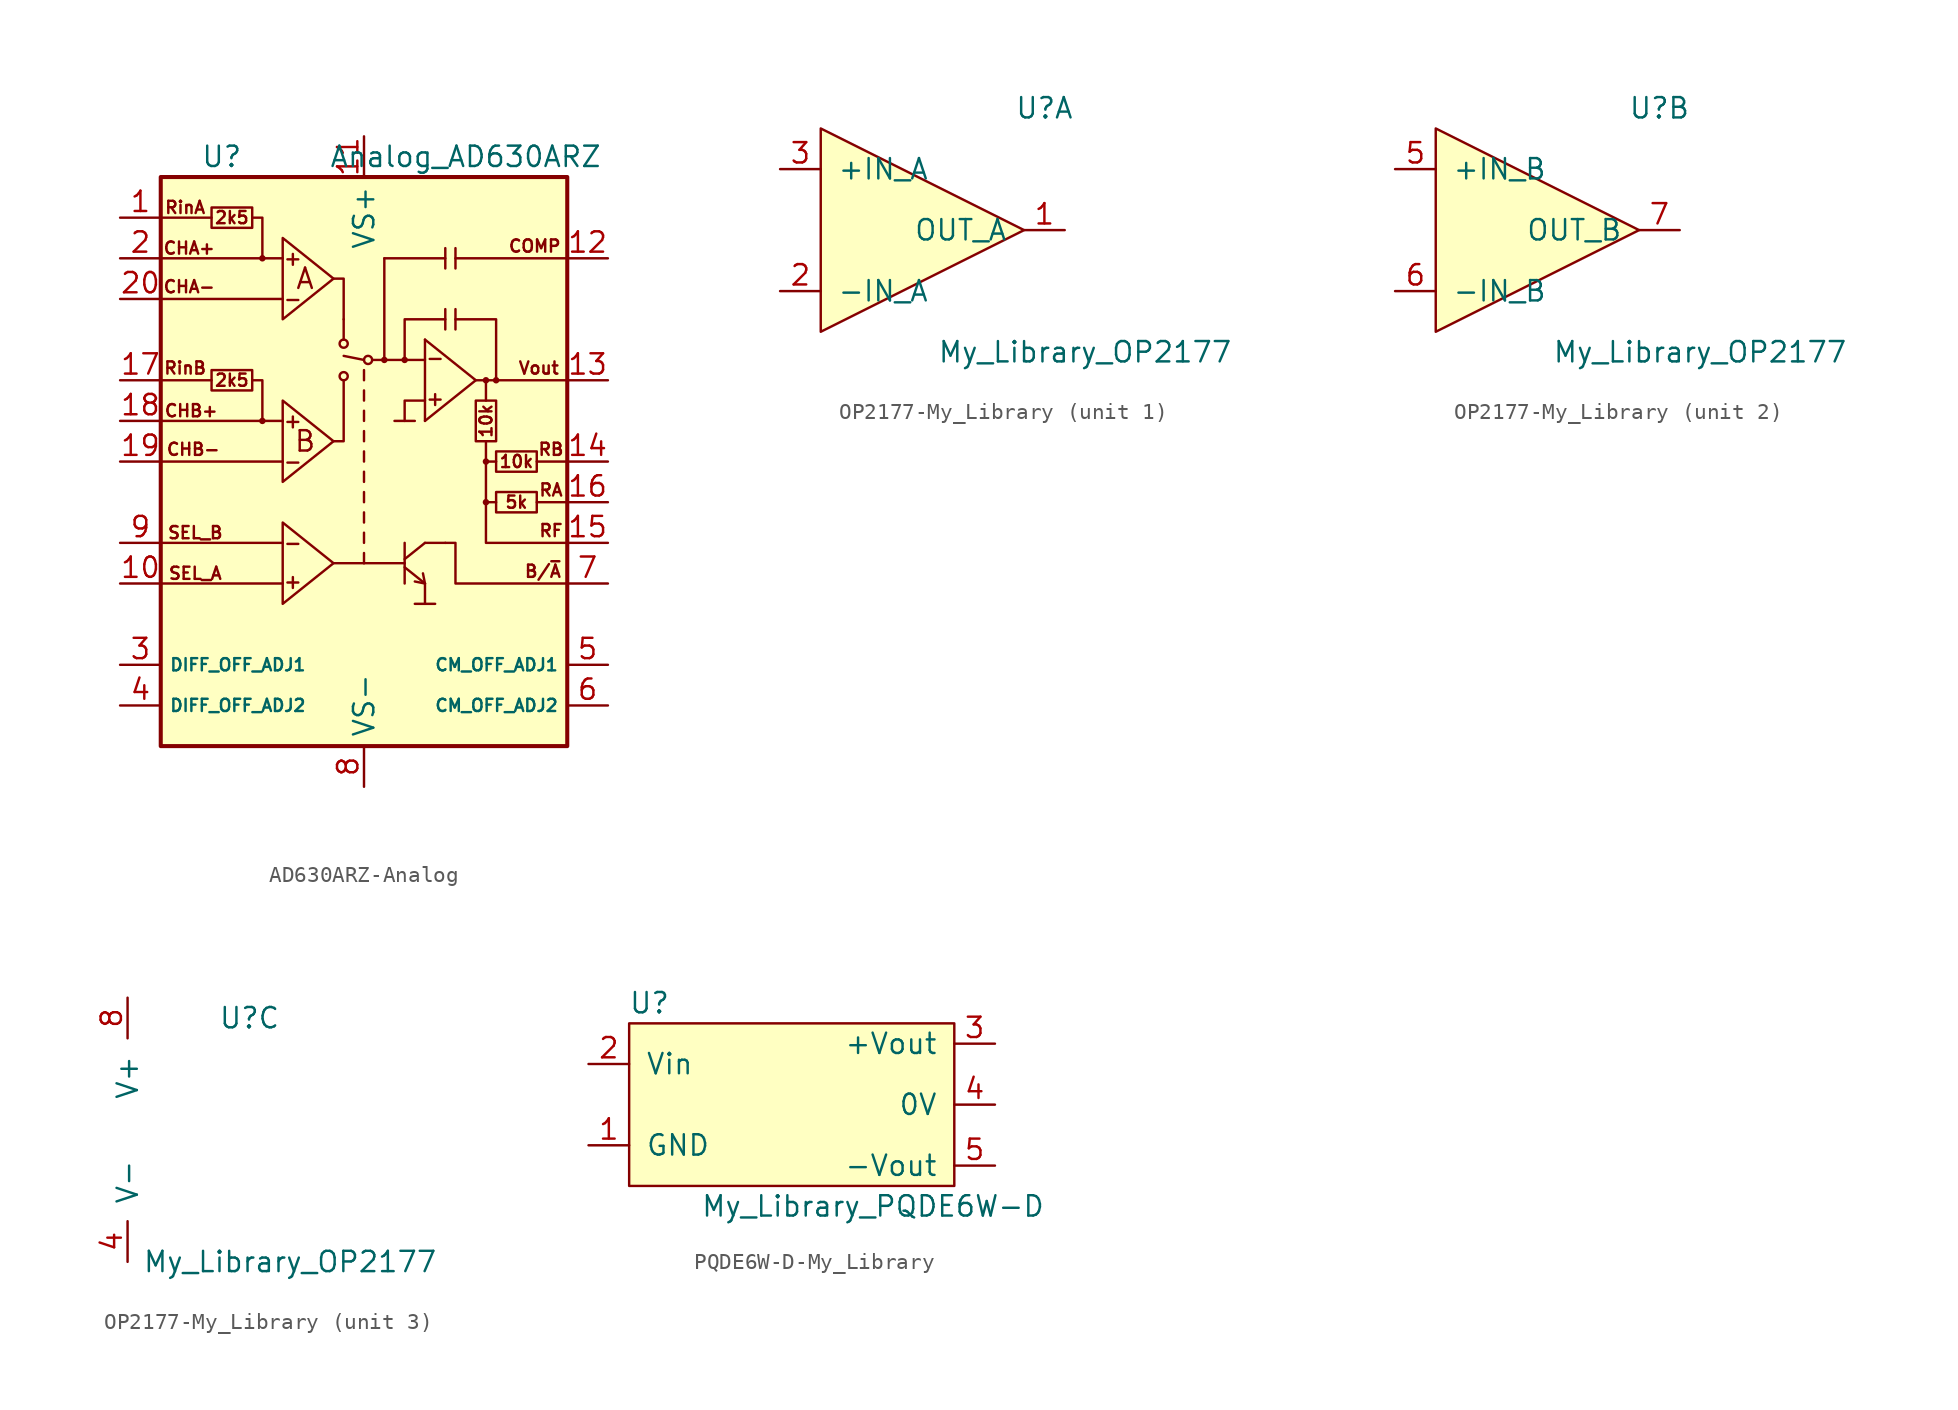
<source format=kicad_sym>
(kicad_symbol_lib
  (version 20241209)
  (generator "kicad_symbol_editor")
  (generator_version "9.0")
  (symbol "AD630ARZ-Analog"
    (property "Reference" "U"
      (at -8.89 19.05 0)
      (effects (font (size 1.27 1.27))))
    (property "Value" "Analog_AD630ARZ"
      (at 6.35 19.05 0)
      (effects (font (size 1.27 1.27))))
    (symbol "AD630ARZ-Analog_0_0"
      (text "RinA" (at -11.176 15.875 0) (effects (font (size 0.762 0.762))))
      (text "RinB" (at -11.176 5.842 0) (effects (font (size 0.762 0.762))))
      (text "CHA+" (at -10.922 13.335 0) (effects (font (size 0.762 0.762))))
      (text "CHA-" (at -10.922 10.922 0) (effects (font (size 0.762 0.762))))
      (text "CHB+" (at -10.795 3.175 0) (effects (font (size 0.762 0.762))))
      (text "CHB-" (at -10.668 0.762 0) (effects (font (size 0.762 0.762))))
      (text "SEL_B" (at -10.541 -4.445 0) (effects (font (size 0.762 0.762))))
      (text "SEL_A" (at -10.541 -6.985 0) (effects (font (size 0.762 0.762))))
      (text "2k5" (at -8.255 15.24 0) (effects (font (size 0.762 0.762))))
      (text "2k5" (at -8.255 5.08 0) (effects (font (size 0.762 0.762))))
      (text "+" (at -4.445 12.7 0) (effects (font (size 0.889 0.889))))
      (text "-" (at -4.445 10.16 0) (effects (font (size 0.889 0.889))))
      (text "+" (at -4.445 2.54 0) (effects (font (size 0.889 0.889))))
      (text "-" (at -4.445 0 0) (effects (font (size 0.889 0.889))))
      (text "-" (at -4.445 -5.08 0) (effects (font (size 0.889 0.889))))
      (text "+" (at -4.445 -7.493 0) (effects (font (size 0.889 0.889))))
      (text "A" (at -3.683 11.43 0) (effects (font (size 1.27 1.27))))
      (text "B" (at -3.683 1.27 0) (effects (font (size 1.27 1.27))))
      (text "-" (at 4.445 6.477 0) (effects (font (size 0.889 0.889))))
      (text "+" (at 4.445 3.937 0) (effects (font (size 0.889 0.889))))
      (text "10k" (at 7.62 2.54 900) (effects (font (size 0.762 0.762))))
      (text "10k" (at 9.525 0 0) (effects (font (size 0.762 0.762))))
      (text "5k" (at 9.525 -2.54 0) (effects (font (size 0.762 0.762))))
      (text "COMP" (at 10.668 13.462 0) (effects (font (size 0.762 0.762))))
      (text "Vout" (at 10.922 5.842 0) (effects (font (size 0.762 0.762))))
      (text "B/~{A}" (at 11.176 -6.858 0) (effects (font (size 0.762 0.762))))
      (text "RB" (at 11.684 0.762 0) (effects (font (size 0.762 0.762))))
      (text "RA" (at 11.684 -1.778 0) (effects (font (size 0.762 0.762))))
      (text "RF" (at 11.684 -4.318 0) (effects (font (size 0.762 0.762)))))
    (symbol "AD630ARZ-Analog_0_1"
      (rectangle (start -12.7 17.78) (end 12.7 -17.78) (stroke (width 0.254) (type solid)) (fill (type background)))
      (polyline (pts (xy -12.7 15.24) (xy -9.525 15.24)) (stroke (width 0) (type solid)) (fill (type none)))
      (polyline (pts (xy -12.7 10.16) (xy -5.08 10.16)) (stroke (width 0) (type solid)) (fill (type none)))
      (polyline (pts (xy -12.7 5.08) (xy -9.525 5.08)) (stroke (width 0) (type solid)) (fill (type none)))
      (polyline (pts (xy -12.7 0) (xy -5.08 0)) (stroke (width 0) (type solid)) (fill (type none)))
      (polyline (pts (xy -12.7 -5.08) (xy -5.08 -5.08)) (stroke (width 0) (type solid)) (fill (type none)))
      (polyline (pts (xy -12.7 -7.62) (xy -5.08 -7.62)) (stroke (width 0) (type solid)) (fill (type none)))
      (polyline (pts (xy -9.525 15.875) (xy -9.525 14.605) (xy -6.985 14.605) (xy -6.985 15.875) (xy -9.525 15.875)) (stroke (width 0) (type solid)) (fill (type none)))
      (polyline (pts (xy -9.525 5.715) (xy -9.525 4.445) (xy -6.985 4.445) (xy -6.985 5.715) (xy -9.525 5.715)) (stroke (width 0) (type solid)) (fill (type none)))
      (polyline (pts (xy -6.985 15.24) (xy -6.35 15.24) (xy -6.35 12.7) (xy -12.7 12.7)) (stroke (width 0) (type solid)) (fill (type none)))
      (polyline (pts (xy -6.985 5.08) (xy -6.35 5.08) (xy -6.35 2.54) (xy -12.7 2.54)) (stroke (width 0) (type solid)) (fill (type none)))
      (circle (center -6.35 12.7) (radius 0.127) (stroke (width 0) (type solid)) (fill (type none)))
      (polyline (pts (xy -6.35 12.7) (xy -5.08 12.7)) (stroke (width 0) (type solid)) (fill (type none)))
      (circle (center -6.35 2.54) (radius 0.127) (stroke (width 0) (type solid)) (fill (type none)))
      (polyline (pts (xy -6.35 2.54) (xy -5.715 2.54) (xy -5.08 2.54)) (stroke (width 0) (type solid)) (fill (type none)))
      (polyline (pts (xy -5.08 13.97) (xy -5.08 8.89) (xy -1.905 11.43) (xy -5.08 13.97)) (stroke (width 0) (type solid)) (fill (type none)))
      (polyline (pts (xy -5.08 3.81) (xy -5.08 -1.27) (xy -1.905 1.27) (xy -5.08 3.81)) (stroke (width 0) (type solid)) (fill (type none)))
      (polyline (pts (xy -5.08 -3.81) (xy -5.08 -8.89) (xy -1.905 -6.35) (xy -5.08 -3.81)) (stroke (width 0) (type solid)) (fill (type none)))
      (polyline (pts (xy -1.905 11.43) (xy -1.27 11.43) (xy -1.27 8.89)) (stroke (width 0) (type solid)) (fill (type none)))
      (polyline (pts (xy -1.905 1.27) (xy -1.27 1.27) (xy -1.27 5.08)) (stroke (width 0) (type solid)) (fill (type none)))
      (polyline (pts (xy -1.905 -6.35) (xy 0 -6.35)) (stroke (width 0) (type solid)) (fill (type none)))
      (polyline (pts (xy -1.27 8.89) (xy -1.27 7.62)) (stroke (width 0) (type solid)) (fill (type none)))
      (circle (center -1.27 7.366) (radius 0.254) (stroke (width 0) (type solid)) (fill (type none)))
      (circle (center -1.27 5.334) (radius 0.254) (stroke (width 0) (type solid)) (fill (type none)))
      (polyline (pts (xy 0 6.35) (xy -1.27 6.604)) (stroke (width 0) (type solid)) (fill (type none)))
      (polyline (pts (xy 0 5.715) (xy 0 5.08)) (stroke (width 0) (type solid)) (fill (type none)))
      (polyline (pts (xy 0 4.445) (xy 0 3.81)) (stroke (width 0) (type solid)) (fill (type none)))
      (polyline (pts (xy 0 3.175) (xy 0 2.54)) (stroke (width 0) (type solid)) (fill (type none)))
      (polyline (pts (xy 0 1.905) (xy 0 1.27)) (stroke (width 0) (type solid)) (fill (type none)))
      (polyline (pts (xy 0 0.635) (xy 0 0)) (stroke (width 0) (type solid)) (fill (type none)))
      (polyline (pts (xy 0 -0.635) (xy 0 -1.27)) (stroke (width 0) (type solid)) (fill (type none)))
      (polyline (pts (xy 0 -1.905) (xy 0 -2.54)) (stroke (width 0) (type solid)) (fill (type none)))
      (polyline (pts (xy 0 -3.175) (xy 0 -3.81)) (stroke (width 0) (type solid)) (fill (type none)))
      (polyline (pts (xy 0 -4.445) (xy 0 -5.08)) (stroke (width 0) (type solid)) (fill (type none)))
      (polyline (pts (xy 0 -5.715) (xy 0 -6.35)) (stroke (width 0) (type solid)) (fill (type none)))
      (polyline (pts (xy 0 -6.35) (xy 2.54 -6.35)) (stroke (width 0) (type solid)) (fill (type none)))
      (circle (center 0.254 6.35) (radius 0.254) (stroke (width 0) (type solid)) (fill (type none)))
      (polyline (pts (xy 1.27 12.7) (xy 5.08 12.7) (xy 5.08 13.335)) (stroke (width 0) (type solid)) (fill (type none)))
      (polyline (pts (xy 1.27 6.35) (xy 0.508 6.35)) (stroke (width 0) (type solid)) (fill (type none)))
      (polyline (pts (xy 1.27 6.35) (xy 1.27 12.7)) (stroke (width 0) (type solid)) (fill (type none)))
      (polyline (pts (xy 1.27 6.35) (xy 3.81 6.35)) (stroke (width 0) (type solid)) (fill (type none)))
      (circle (center 1.27 6.35) (radius 0.127) (stroke (width 0) (type solid)) (fill (type none)))
      (polyline (pts (xy 1.905 2.54) (xy 3.175 2.54)) (stroke (width 0) (type solid)) (fill (type none)))
      (polyline (pts (xy 2.54 6.35) (xy 2.54 8.89) (xy 5.08 8.89)) (stroke (width 0) (type solid)) (fill (type none)))
      (circle (center 2.54 6.35) (radius 0.127) (stroke (width 0) (type solid)) (fill (type none)))
      (polyline (pts (xy 2.54 -5.08) (xy 2.54 -7.62)) (stroke (width 0) (type solid)) (fill (type none)))
      (polyline (pts (xy 2.54 -6.096) (xy 3.81 -5.08)) (stroke (width 0) (type solid)) (fill (type none)))
      (polyline (pts (xy 2.54 -6.604) (xy 3.81 -7.62)) (stroke (width 0) (type solid)) (fill (type none)))
      (polyline (pts (xy 3.683 -6.985) (xy 3.81 -7.62) (xy 3.175 -7.493)) (stroke (width 0) (type solid)) (fill (type none)))
      (polyline (pts (xy 3.81 7.62) (xy 3.81 2.54)) (stroke (width 0) (type solid)) (fill (type none)))
      (polyline (pts (xy 3.81 7.62) (xy 6.985 5.08) (xy 3.81 2.54)) (stroke (width 0) (type solid)) (fill (type none)))
      (polyline (pts (xy 3.81 3.81) (xy 2.54 3.81) (xy 2.54 2.54)) (stroke (width 0) (type solid)) (fill (type none)))
      (polyline (pts (xy 3.81 -5.08) (xy 5.08 -5.08)) (stroke (width 0) (type solid)) (fill (type none)))
      (polyline (pts (xy 3.81 -7.62) (xy 3.81 -8.89) (xy 3.175 -8.89)) (stroke (width 0) (type solid)) (fill (type none)))
      (polyline (pts (xy 3.81 -8.89) (xy 4.445 -8.89)) (stroke (width 0) (type solid)) (fill (type none)))
      (polyline (pts (xy 5.08 12.065) (xy 5.08 12.7)) (stroke (width 0) (type solid)) (fill (type none)))
      (polyline (pts (xy 5.08 9.525) (xy 5.08 8.255)) (stroke (width 0) (type solid)) (fill (type none)))
      (polyline (pts (xy 5.08 -5.08) (xy 5.715 -5.08) (xy 5.715 -7.62) (xy 12.7 -7.62)) (stroke (width 0) (type solid)) (fill (type none)))
      (polyline (pts (xy 5.715 13.335) (xy 5.715 12.065)) (stroke (width 0) (type solid)) (fill (type none)))
      (polyline (pts (xy 5.715 12.7) (xy 12.7 12.7)) (stroke (width 0) (type solid)) (fill (type none)))
      (polyline (pts (xy 5.715 9.525) (xy 5.715 8.255)) (stroke (width 0) (type solid)) (fill (type none)))
      (polyline (pts (xy 5.715 8.89) (xy 8.255 8.89) (xy 8.255 5.08)) (stroke (width 0) (type solid)) (fill (type none)))
      (polyline (pts (xy 6.985 3.81) (xy 8.255 3.81) (xy 8.255 1.27) (xy 6.985 1.27) (xy 6.985 3.81)) (stroke (width 0) (type solid)) (fill (type none)))
      (polyline (pts (xy 7.62 5.08) (xy 12.7 5.08)) (stroke (width 0) (type solid)) (fill (type none)))
      (circle (center 7.62 5.08) (radius 0.127) (stroke (width 0) (type solid)) (fill (type none)))
      (polyline (pts (xy 7.62 3.81) (xy 7.62 5.08) (xy 6.985 5.08)) (stroke (width 0) (type solid)) (fill (type none)))
      (polyline (pts (xy 7.62 1.27) (xy 7.62 -2.54)) (stroke (width 0) (type solid)) (fill (type none)))
      (circle (center 7.62 0) (radius 0.127) (stroke (width 0) (type solid)) (fill (type none)))
      (polyline (pts (xy 7.62 -2.54) (xy 7.62 -5.08) (xy 12.7 -5.08)) (stroke (width 0) (type solid)) (fill (type none)))
      (circle (center 7.62 -2.54) (radius 0.127) (stroke (width 0) (type solid)) (fill (type none)))
      (circle (center 8.255 5.08) (radius 0.127) (stroke (width 0) (type solid)) (fill (type none)))
      (polyline (pts (xy 8.255 0.635) (xy 8.255 -0.635) (xy 10.795 -0.635) (xy 10.795 0.635) (xy 8.255 0.635)) (stroke (width 0) (type solid)) (fill (type none)))
      (polyline (pts (xy 8.255 0) (xy 7.62 0)) (stroke (width 0) (type solid)) (fill (type none)))
      (polyline (pts (xy 8.255 -1.905) (xy 8.255 -3.175) (xy 10.795 -3.175) (xy 10.795 -1.905) (xy 8.255 -1.905)) (stroke (width 0) (type solid)) (fill (type none)))
      (polyline (pts (xy 8.255 -2.54) (xy 7.62 -2.54)) (stroke (width 0) (type solid)) (fill (type none)))
      (polyline (pts (xy 10.795 0) (xy 12.7 0)) (stroke (width 0) (type solid)) (fill (type none)))
      (polyline (pts (xy 10.795 -2.54) (xy 12.7 -2.54)) (stroke (width 0) (type solid)) (fill (type none))))
    (symbol "AD630ARZ-Analog_1_1"
      (pin input line (at -15.24 15.24 0) (length 2.54) (name "RinA" (effects (font (size 0 0)))) (number "1" (effects (font (size 1.27 1.27)))))
      (pin input line (at -15.24 12.7 0) (length 2.54) (name "CHA+" (effects (font (size 0 0)))) (number "2" (effects (font (size 1.27 1.27)))))
      (pin input line (at -15.24 10.16 0) (length 2.54) (name "CHA-" (effects (font (size 0 0)))) (number "20" (effects (font (size 1.27 1.27)))))
      (pin input line (at -15.24 5.08 0) (length 2.54) (name "RinB" (effects (font (size 0 0)))) (number "17" (effects (font (size 1.27 1.27)))))
      (pin input line (at -15.24 2.54 0) (length 2.54) (name "CHB+" (effects (font (size 0 0)))) (number "18" (effects (font (size 1.27 1.27)))))
      (pin input line (at -15.24 0 0) (length 2.54) (name "CHB-" (effects (font (size 0 0)))) (number "19" (effects (font (size 1.27 1.27)))))
      (pin input line (at -15.24 -5.08 0) (length 2.54) (name "SEL_B" (effects (font (size 0 0)))) (number "9" (effects (font (size 1.27 1.27)))))
      (pin input line (at -15.24 -7.62 0) (length 2.54) (name "SEL_A" (effects (font (size 0 0)))) (number "10" (effects (font (size 1.27 1.27)))))
      (pin passive line (at -15.24 -12.7 0) (length 2.54) (name "DIFF_OFF_ADJ1" (effects (font (size 0.762 0.762)))) (number "3" (effects (font (size 1.27 1.27)))))
      (pin passive line (at -15.24 -15.24 0) (length 2.54) (name "DIFF_OFF_ADJ2" (effects (font (size 0.762 0.762)))) (number "4" (effects (font (size 1.27 1.27)))))
      (pin power_in line (at 0 20.32 270) (length 2.54) (name "VS+" (effects (font (size 1.27 1.27)))) (number "11" (effects (font (size 1.27 1.27)))))
      (pin power_in line (at 0 -20.32 90) (length 2.54) (name "VS-" (effects (font (size 1.27 1.27)))) (number "8" (effects (font (size 1.27 1.27)))))
      (pin passive line (at 15.24 12.7 180) (length 2.54) (name "COMP" (effects (font (size 0 0)))) (number "12" (effects (font (size 1.27 1.27)))))
      (pin output line (at 15.24 5.08 180) (length 2.54) (name "Vout" (effects (font (size 0 0)))) (number "13" (effects (font (size 1.27 1.27)))))
      (pin output line (at 15.24 0 180) (length 2.54) (name "RB" (effects (font (size 0 0)))) (number "14" (effects (font (size 1.27 1.27)))))
      (pin output line (at 15.24 -2.54 180) (length 2.54) (name "RA" (effects (font (size 0 0)))) (number "16" (effects (font (size 1.27 1.27)))))
      (pin output line (at 15.24 -5.08 180) (length 2.54) (name "RF" (effects (font (size 0 0)))) (number "15" (effects (font (size 1.27 1.27)))))
      (pin open_collector line (at 15.24 -7.62 180) (length 2.54) (name "B/~{A}" (effects (font (size 0 0)))) (number "7" (effects (font (size 1.27 1.27)))))
      (pin passive line (at 15.24 -12.7 180) (length 2.54) (name "CM_OFF_ADJ1" (effects (font (size 0.762 0.762)))) (number "5" (effects (font (size 1.27 1.27)))))
      (pin passive line (at 15.24 -15.24 180) (length 2.54) (name "CM_OFF_ADJ2" (effects (font (size 0.762 0.762)))) (number "6" (effects (font (size 1.27 1.27)))))))
  (symbol "OP2177-My_Library"
    (pin_names
      (offset 1.016))
    (property "Reference" "U"
      (at 7.62 7.62 0)
      (effects (font (size 1.27 1.27))))
    (property "Value" "My_Library_OP2177"
      (at 10.16 -7.62 0)
      (effects (font (size 1.27 1.27))))
    (property "ki_locked" ""
      (at 0 0 0)
      (effects (font (size 1.27 1.27))))
    (symbol "OP2177-My_Library_1_1"
      (polyline (pts (xy -6.35 6.35) (xy -6.35 -6.35) (xy 6.35 0) (xy -6.35 6.35)) (stroke (width 0) (type solid)) (fill (type background)))
      (pin input line (at -8.89 3.81 0) (length 2.54) (name "+IN_A" (effects (font (size 1.27 1.27)))) (number "3" (effects (font (size 1.27 1.27)))))
      (pin input line (at -8.89 -3.81 0) (length 2.54) (name "-IN_A" (effects (font (size 1.27 1.27)))) (number "2" (effects (font (size 1.27 1.27)))))
      (pin input line (at 8.89 0 180) (length 2.54) (name "OUT_A" (effects (font (size 1.27 1.27)))) (number "1" (effects (font (size 1.27 1.27))))))
    (symbol "OP2177-My_Library_2_1"
      (polyline (pts (xy -6.35 6.35) (xy -6.35 -6.35) (xy 6.35 0) (xy -6.35 6.35)) (stroke (width 0) (type solid)) (fill (type background)))
      (pin input line (at -8.89 3.81 0) (length 2.54) (name "+IN_B" (effects (font (size 1.27 1.27)))) (number "5" (effects (font (size 1.27 1.27)))))
      (pin input line (at -8.89 -3.81 0) (length 2.54) (name "-IN_B" (effects (font (size 1.27 1.27)))) (number "6" (effects (font (size 1.27 1.27)))))
      (pin input line (at 8.89 0 180) (length 2.54) (name "OUT_B" (effects (font (size 1.27 1.27)))) (number "7" (effects (font (size 1.27 1.27))))))
    (symbol "OP2177-My_Library_3_1"
      (pin input line (at 0 8.89 270) (length 2.54) (name "V+" (effects (font (size 1.27 1.27)))) (number "8" (effects (font (size 1.27 1.27)))))
      (pin input line (at 0 -7.62 90) (length 2.54) (name "V-" (effects (font (size 1.27 1.27)))) (number "4" (effects (font (size 1.27 1.27)))))))
  (symbol "PQDE6W-D-My_Library"
    (pin_names
      (offset 1.016))
    (property "Reference" "U"
      (at -8.89 6.35 0)
      (effects (font (size 1.27 1.27))))
    (property "Value" "My_Library_PQDE6W-D"
      (at 5.08 -6.35 0)
      (effects (font (size 1.27 1.27))))
    (symbol "PQDE6W-D-My_Library_0_1"
      (rectangle (start 10.16 -5.08) (end -10.16 5.08) (stroke (width 0) (type solid)) (fill (type background))))
    (symbol "PQDE6W-D-My_Library_1_1"
      (pin input line (at -12.7 2.54 0) (length 2.54) (name "Vin" (effects (font (size 1.27 1.27)))) (number "2" (effects (font (size 1.27 1.27)))))
      (pin input line (at -12.7 -2.54 0) (length 2.54) (name "GND" (effects (font (size 1.27 1.27)))) (number "1" (effects (font (size 1.27 1.27)))))
      (pin input line (at 12.7 3.81 180) (length 2.54) (name "+Vout" (effects (font (size 1.27 1.27)))) (number "3" (effects (font (size 1.27 1.27)))))
      (pin input line (at 12.7 0 180) (length 2.54) (name "0V" (effects (font (size 1.27 1.27)))) (number "4" (effects (font (size 1.27 1.27)))))
      (pin input line (at 12.7 -3.81 180) (length 2.54) (name "-Vout" (effects (font (size 1.27 1.27)))) (number "5" (effects (font (size 1.27 1.27))))))))
</source>
